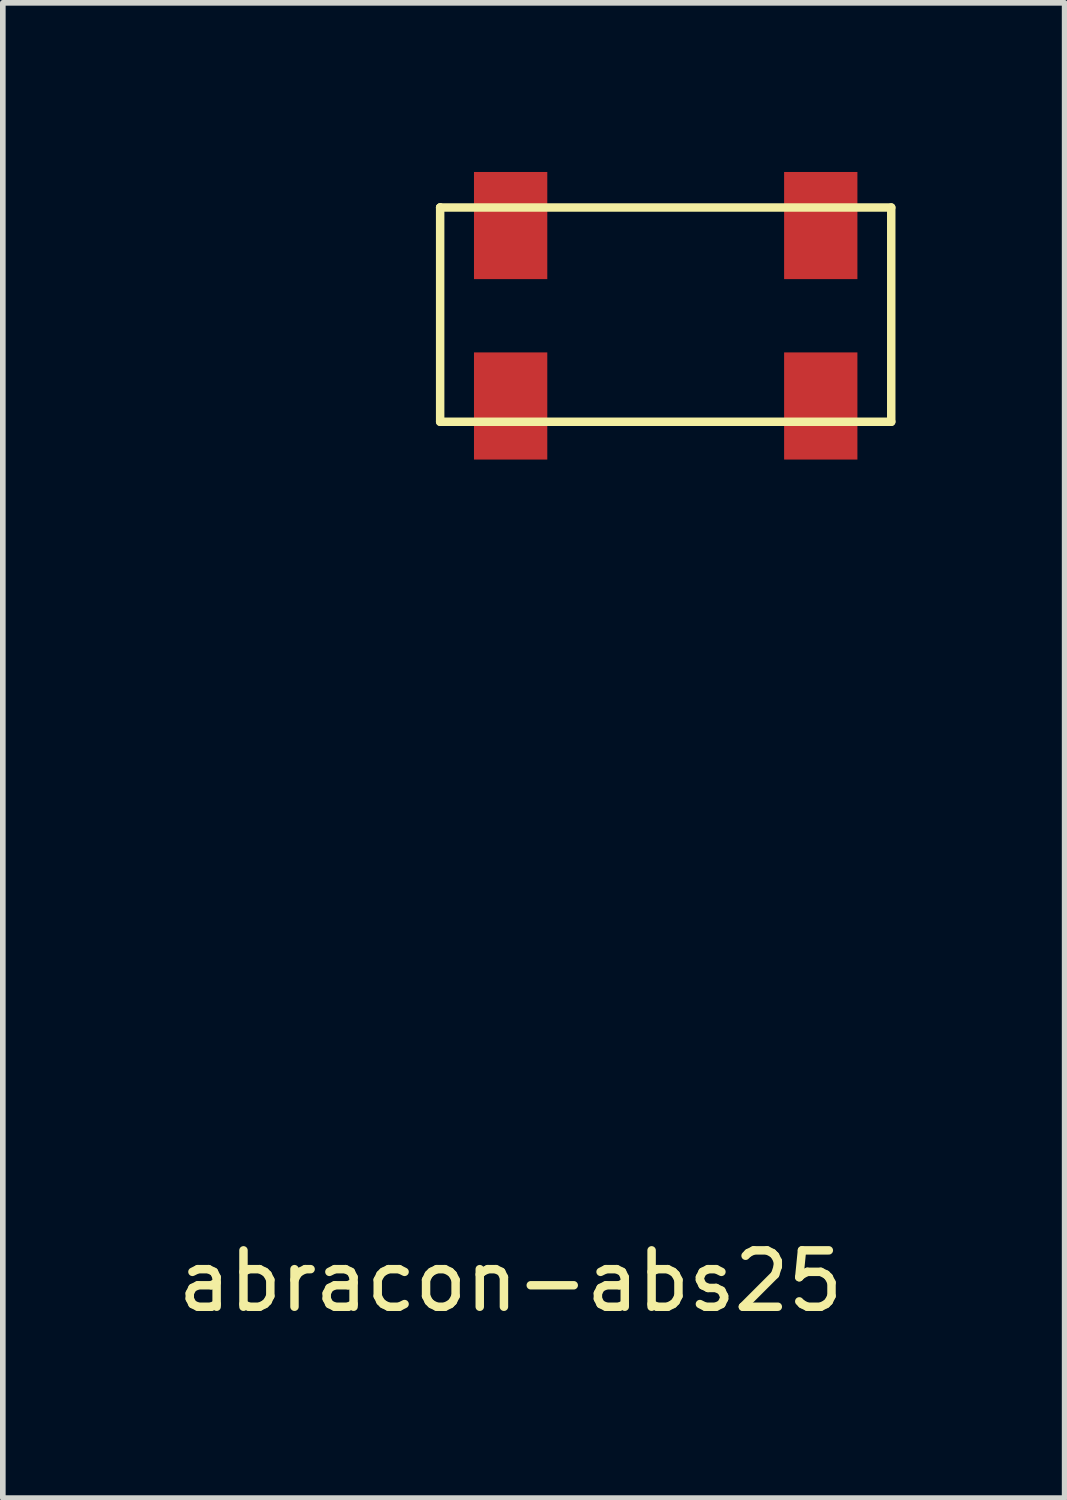
<source format=kicad_pcb>
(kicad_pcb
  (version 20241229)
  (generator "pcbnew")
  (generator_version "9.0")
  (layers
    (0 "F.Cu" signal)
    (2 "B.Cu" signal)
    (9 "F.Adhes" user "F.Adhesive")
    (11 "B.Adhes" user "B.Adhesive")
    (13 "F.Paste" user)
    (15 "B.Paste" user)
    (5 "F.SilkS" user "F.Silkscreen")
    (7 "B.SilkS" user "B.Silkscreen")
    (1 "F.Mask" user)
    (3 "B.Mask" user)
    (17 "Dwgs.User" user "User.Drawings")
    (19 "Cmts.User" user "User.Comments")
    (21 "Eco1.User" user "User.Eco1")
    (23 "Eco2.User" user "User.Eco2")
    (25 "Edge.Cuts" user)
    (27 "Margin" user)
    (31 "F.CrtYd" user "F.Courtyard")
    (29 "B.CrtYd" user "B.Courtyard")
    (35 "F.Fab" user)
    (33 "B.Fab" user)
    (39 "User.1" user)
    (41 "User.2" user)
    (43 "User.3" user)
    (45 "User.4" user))
  (footprint "abracon-abs25"
    (layer "F.Cu")
    (at 8.876 2.58)
    (property "Reference" "abracon-abs25" (at -2.87 17.09 0) (layer "F.SilkS") (effects (font (size 1 1) (thickness 0.15))))
    (attr through_hole)
    (fp_line (start -4.12 -1.95) (end -4.12 -1.95) (stroke (width 0.15) (type solid)) (layer "F.SilkS"))
    (fp_line (start -4.12 -1.95) (end 3.88 -1.95) (stroke (width 0.15) (type solid)) (layer "F.SilkS"))
    (fp_line (start -4.12 1.85) (end -4.12 -1.95) (stroke (width 0.15) (type solid)) (layer "F.SilkS"))
    (fp_line (start 3.88 -1.95) (end 3.88 1.85) (stroke (width 0.15) (type solid)) (layer "F.SilkS"))
    (fp_line (start 3.88 1.85) (end -4.12 1.85) (stroke (width 0.15) (type solid)) (layer "F.SilkS"))
    (pad "1" smd rect (at -2.87 1.57) (size 1.3 1.9) (layers "F.Cu" "F.Mask" "F.Paste"))
    (pad "2" smd rect (at 2.63 1.57) (size 1.3 1.9) (layers "F.Cu" "F.Mask" "F.Paste"))
    (pad "3" smd rect (at 2.63 -1.63) (size 1.3 1.9) (layers "F.Cu" "F.Mask" "F.Paste"))
    (pad "4" smd rect (at -2.87 -1.63) (size 1.3 1.9) (layers "F.Cu" "F.Mask" "F.Paste")))
  (gr_rect
    (start -3 -3)
    (end 15.831 23.518)
    (stroke (width 0.1) (type default))
    (fill no)
    (layer "Edge.Cuts")))
</source>
